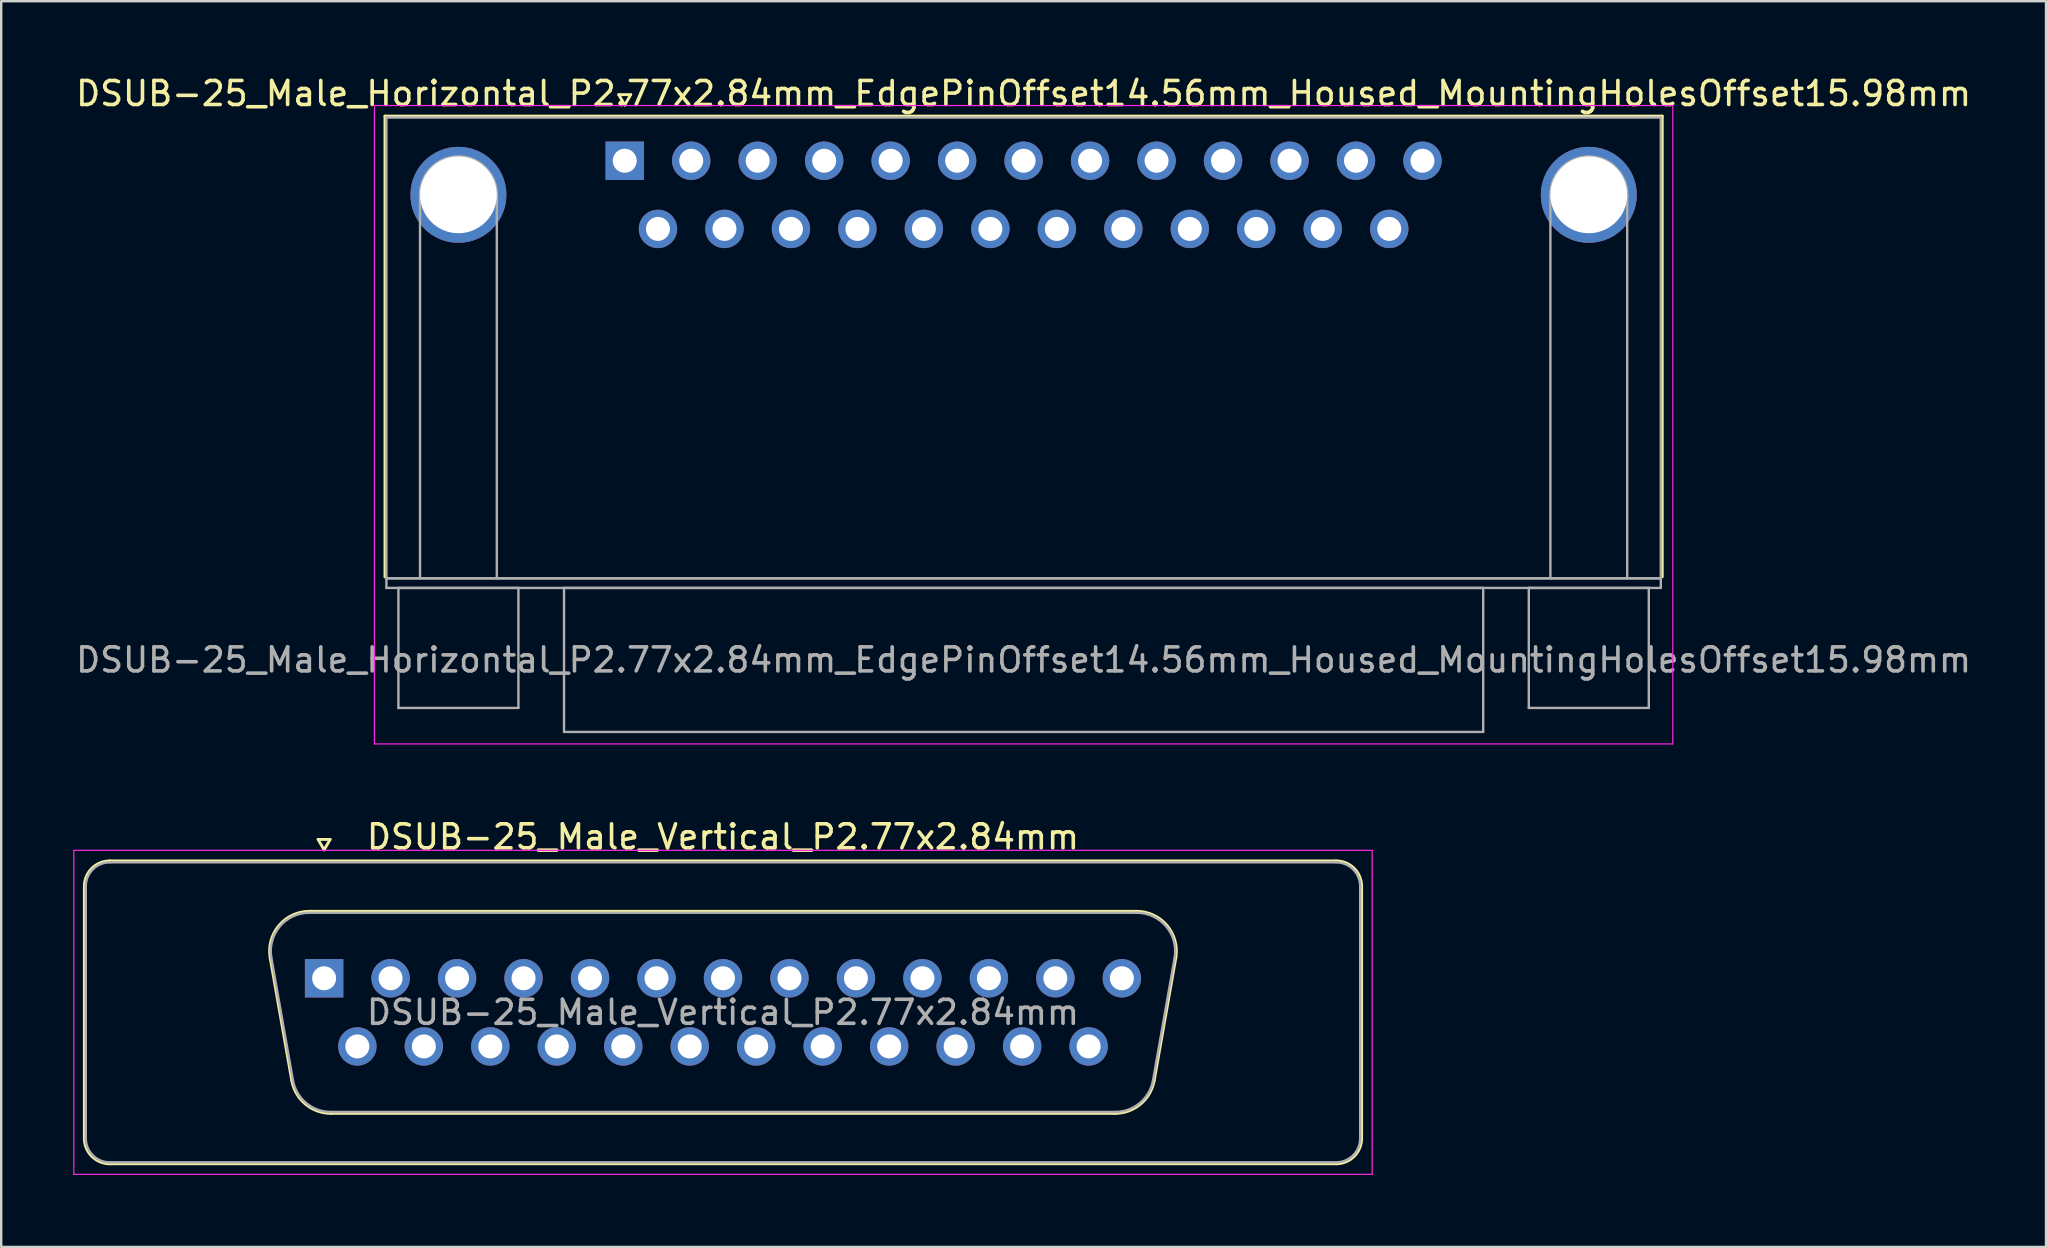
<source format=kicad_pcb>
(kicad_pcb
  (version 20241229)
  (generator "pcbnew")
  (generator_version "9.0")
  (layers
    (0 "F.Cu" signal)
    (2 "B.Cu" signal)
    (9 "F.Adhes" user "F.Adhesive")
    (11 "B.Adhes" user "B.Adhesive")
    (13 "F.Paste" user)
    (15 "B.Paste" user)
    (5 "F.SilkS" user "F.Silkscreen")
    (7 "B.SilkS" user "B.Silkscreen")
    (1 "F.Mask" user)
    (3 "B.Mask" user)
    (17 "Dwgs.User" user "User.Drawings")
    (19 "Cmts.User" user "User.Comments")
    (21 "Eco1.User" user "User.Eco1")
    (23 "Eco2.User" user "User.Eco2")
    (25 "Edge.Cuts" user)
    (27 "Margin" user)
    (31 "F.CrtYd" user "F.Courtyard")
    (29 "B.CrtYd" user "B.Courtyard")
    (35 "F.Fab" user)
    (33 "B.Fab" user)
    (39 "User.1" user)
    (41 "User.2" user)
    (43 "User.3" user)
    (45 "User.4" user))
  (footprint "DSUB-25_Male_Vertical_P2.77x2.84mm"
    (layer "F.Cu")
    (at 10.455 37.712)
    (property "Reference" "DSUB-25_Male_Vertical_P2.77x2.84mm" (at 16.62 -5.89 0) (layer "F.SilkS") (effects (font (size 1 1) (thickness 0.15))))
    (attr through_hole)
    (fp_line (start -9.99 6.67) (end -9.99 -3.83) (stroke (width 0.12) (type solid)) (layer "F.SilkS"))
    (fp_line (start -8.93 -4.89) (end 42.17 -4.89) (stroke (width 0.12) (type solid)) (layer "F.SilkS"))
    (fp_line (start -2.246 -0.842) (end -1.347 4.258) (stroke (width 0.12) (type solid)) (layer "F.SilkS"))
    (fp_line (start -0.612 -2.79) (end 33.852 -2.79) (stroke (width 0.12) (type solid)) (layer "F.SilkS"))
    (fp_line (start -0.25 -5.784) (end 0.25 -5.784) (stroke (width 0.12) (type solid)) (layer "F.SilkS"))
    (fp_line (start 0 -5.351) (end -0.25 -5.784) (stroke (width 0.12) (type solid)) (layer "F.SilkS"))
    (fp_line (start 0.25 -5.784) (end 0 -5.351) (stroke (width 0.12) (type solid)) (layer "F.SilkS"))
    (fp_line (start 0.288 5.63) (end 32.952 5.63) (stroke (width 0.12) (type solid)) (layer "F.SilkS"))
    (fp_line (start 35.486 -0.842) (end 34.587 4.258) (stroke (width 0.12) (type solid)) (layer "F.SilkS"))
    (fp_line (start 42.17 7.73) (end -8.93 7.73) (stroke (width 0.12) (type solid)) (layer "F.SilkS"))
    (fp_line (start 43.23 -3.83) (end 43.23 6.67) (stroke (width 0.12) (type solid)) (layer "F.SilkS"))
    (fp_arc (start -9.99 -3.83) (mid -9.679533 -4.579533) (end -8.93 -4.89) (stroke (width 0.12) (type solid)) (layer "F.SilkS"))
    (fp_arc (start -8.93 7.73) (mid -9.679533 7.419533) (end -9.99 6.67) (stroke (width 0.12) (type solid)) (layer "F.SilkS"))
    (fp_arc (start -2.24647 -0.841744) (mid -1.883323 -2.197027) (end -0.611689 -2.79) (stroke (width 0.12) (type solid)) (layer "F.SilkS"))
    (fp_arc (start 0.287579 5.63) (mid -0.779449 5.241634) (end -1.347202 4.258256) (stroke (width 0.12) (type solid)) (layer "F.SilkS"))
    (fp_arc (start 33.851689 -2.79) (mid 35.123323 -2.197027) (end 35.48647 -0.841744) (stroke (width 0.12) (type solid)) (layer "F.SilkS"))
    (fp_arc (start 34.587202 4.258256) (mid 34.019449 5.241634) (end 32.952421 5.63) (stroke (width 0.12) (type solid)) (layer "F.SilkS"))
    (fp_arc (start 42.17 -4.89) (mid 42.919533 -4.579533) (end 43.23 -3.83) (stroke (width 0.12) (type solid)) (layer "F.SilkS"))
    (fp_arc (start 43.23 6.67) (mid 42.919533 7.419533) (end 42.17 7.73) (stroke (width 0.12) (type solid)) (layer "F.SilkS"))
    (fp_line (start -10.43 -5.33) (end -10.43 8.17) (stroke (width 0.05) (type solid)) (layer "F.CrtYd"))
    (fp_line (start -10.43 8.17) (end 43.67 8.17) (stroke (width 0.05) (type solid)) (layer "F.CrtYd"))
    (fp_line (start 43.67 -5.33) (end -10.43 -5.33) (stroke (width 0.05) (type solid)) (layer "F.CrtYd"))
    (fp_line (start 43.67 8.17) (end 43.67 -5.33) (stroke (width 0.05) (type solid)) (layer "F.CrtYd"))
    (fp_line (start -9.93 6.67) (end -9.93 -3.83) (stroke (width 0.1) (type solid)) (layer "F.Fab"))
    (fp_line (start -8.93 -4.83) (end 42.17 -4.83) (stroke (width 0.1) (type solid)) (layer "F.Fab"))
    (fp_line (start -2.199 -0.852) (end -1.3 4.248) (stroke (width 0.1) (type solid)) (layer "F.Fab"))
    (fp_line (start -0.623 -2.73) (end 33.863 -2.73) (stroke (width 0.1) (type solid)) (layer "F.Fab"))
    (fp_line (start 0.276 5.57) (end 32.964 5.57) (stroke (width 0.1) (type solid)) (layer "F.Fab"))
    (fp_line (start 35.439 -0.852) (end 34.54 4.248) (stroke (width 0.1) (type solid)) (layer "F.Fab"))
    (fp_line (start 42.17 7.67) (end -8.93 7.67) (stroke (width 0.1) (type solid)) (layer "F.Fab"))
    (fp_line (start 43.17 -3.83) (end 43.17 6.67) (stroke (width 0.1) (type solid)) (layer "F.Fab"))
    (fp_arc (start -9.93 -3.83) (mid -9.637107 -4.537107) (end -8.93 -4.83) (stroke (width 0.1) (type solid)) (layer "F.Fab"))
    (fp_arc (start -8.93 7.67) (mid -9.637107 7.377107) (end -9.93 6.67) (stroke (width 0.1) (type solid)) (layer "F.Fab"))
    (fp_arc (start -2.198887 -0.852163) (mid -1.848865 -2.15846) (end -0.623194 -2.73) (stroke (width 0.1) (type solid)) (layer "F.Fab"))
    (fp_arc (start 0.276073 5.57) (mid -0.752387 5.195671) (end -1.299619 4.247837) (stroke (width 0.1) (type solid)) (layer "F.Fab"))
    (fp_arc (start 33.863194 -2.73) (mid 35.088865 -2.15846) (end 35.438887 -0.852163) (stroke (width 0.1) (type solid)) (layer "F.Fab"))
    (fp_arc (start 34.539619 4.247837) (mid 33.992387 5.195671) (end 32.963927 5.57) (stroke (width 0.1) (type solid)) (layer "F.Fab"))
    (fp_arc (start 42.17 -4.83) (mid 42.877107 -4.537107) (end 43.17 -3.83) (stroke (width 0.1) (type solid)) (layer "F.Fab"))
    (fp_arc (start 43.17 6.67) (mid 42.877107 7.377107) (end 42.17 7.67) (stroke (width 0.1) (type solid)) (layer "F.Fab"))
    (fp_text user "${REFERENCE}" (at 16.62 1.42 0) (layer "F.Fab") (effects (font (size 1 1) (thickness 0.15))))
    (pad "1" thru_hole rect (at 0 0) (size 1.6 1.6) (drill 1) (layers "*.Cu" "*.Mask"))
    (pad "2" thru_hole circle (at 2.77 0) (size 1.6 1.6) (drill 1) (layers "*.Cu" "*.Mask"))
    (pad "3" thru_hole circle (at 5.54 0) (size 1.6 1.6) (drill 1) (layers "*.Cu" "*.Mask"))
    (pad "4" thru_hole circle (at 8.31 0) (size 1.6 1.6) (drill 1) (layers "*.Cu" "*.Mask"))
    (pad "5" thru_hole circle (at 11.08 0) (size 1.6 1.6) (drill 1) (layers "*.Cu" "*.Mask"))
    (pad "6" thru_hole circle (at 13.85 0) (size 1.6 1.6) (drill 1) (layers "*.Cu" "*.Mask"))
    (pad "7" thru_hole circle (at 16.62 0) (size 1.6 1.6) (drill 1) (layers "*.Cu" "*.Mask"))
    (pad "8" thru_hole circle (at 19.39 0) (size 1.6 1.6) (drill 1) (layers "*.Cu" "*.Mask"))
    (pad "9" thru_hole circle (at 22.16 0) (size 1.6 1.6) (drill 1) (layers "*.Cu" "*.Mask"))
    (pad "10" thru_hole circle (at 24.93 0) (size 1.6 1.6) (drill 1) (layers "*.Cu" "*.Mask"))
    (pad "11" thru_hole circle (at 27.7 0) (size 1.6 1.6) (drill 1) (layers "*.Cu" "*.Mask"))
    (pad "12" thru_hole circle (at 30.47 0) (size 1.6 1.6) (drill 1) (layers "*.Cu" "*.Mask"))
    (pad "13" thru_hole circle (at 33.24 0) (size 1.6 1.6) (drill 1) (layers "*.Cu" "*.Mask"))
    (pad "14" thru_hole circle (at 1.385 2.84) (size 1.6 1.6) (drill 1) (layers "*.Cu" "*.Mask"))
    (pad "15" thru_hole circle (at 4.155 2.84) (size 1.6 1.6) (drill 1) (layers "*.Cu" "*.Mask"))
    (pad "16" thru_hole circle (at 6.925 2.84) (size 1.6 1.6) (drill 1) (layers "*.Cu" "*.Mask"))
    (pad "17" thru_hole circle (at 9.695 2.84) (size 1.6 1.6) (drill 1) (layers "*.Cu" "*.Mask"))
    (pad "18" thru_hole circle (at 12.465 2.84) (size 1.6 1.6) (drill 1) (layers "*.Cu" "*.Mask"))
    (pad "19" thru_hole circle (at 15.235 2.84) (size 1.6 1.6) (drill 1) (layers "*.Cu" "*.Mask"))
    (pad "20" thru_hole circle (at 18.005 2.84) (size 1.6 1.6) (drill 1) (layers "*.Cu" "*.Mask"))
    (pad "21" thru_hole circle (at 20.775 2.84) (size 1.6 1.6) (drill 1) (layers "*.Cu" "*.Mask"))
    (pad "22" thru_hole circle (at 23.545 2.84) (size 1.6 1.6) (drill 1) (layers "*.Cu" "*.Mask"))
    (pad "23" thru_hole circle (at 26.315 2.84) (size 1.6 1.6) (drill 1) (layers "*.Cu" "*.Mask"))
    (pad "24" thru_hole circle (at 29.085 2.84) (size 1.6 1.6) (drill 1) (layers "*.Cu" "*.Mask"))
    (pad "25" thru_hole circle (at 31.855 2.84) (size 1.6 1.6) (drill 1) (layers "*.Cu" "*.Mask")))
  (footprint "DSUB-25_Male_Horizontal_P2.77x2.84mm_EdgePinOffset14.56mm_Housed_MountingHolesOffset15.98mm"
    (layer "F.Cu")
    (at 22.981 3.648)
    (property "Reference" "DSUB-25_Male_Horizontal_P2.77x2.84mm_EdgePinOffset14.56mm_Housed_MountingHolesOffset15.98mm" (at 16.62 -2.8 0) (layer "F.SilkS") (effects (font (size 1 1) (thickness 0.15))))
    (attr through_hole)
    (fp_line (start -9.99 -1.86) (end 43.23 -1.86) (stroke (width 0.12) (type solid)) (layer "F.SilkS"))
    (fp_line (start -9.99 17.34) (end -9.99 -1.86) (stroke (width 0.12) (type solid)) (layer "F.SilkS"))
    (fp_line (start -0.25 -2.754) (end 0.25 -2.754) (stroke (width 0.12) (type solid)) (layer "F.SilkS"))
    (fp_line (start 0 -2.321) (end -0.25 -2.754) (stroke (width 0.12) (type solid)) (layer "F.SilkS"))
    (fp_line (start 0.25 -2.754) (end 0 -2.321) (stroke (width 0.12) (type solid)) (layer "F.SilkS"))
    (fp_line (start 43.23 -1.86) (end 43.23 17.34) (stroke (width 0.12) (type solid)) (layer "F.SilkS"))
    (fp_line (start -10.43 -2.3) (end -10.43 24.3) (stroke (width 0.05) (type solid)) (layer "F.CrtYd"))
    (fp_line (start -10.43 24.3) (end 43.67 24.3) (stroke (width 0.05) (type solid)) (layer "F.CrtYd"))
    (fp_line (start 43.67 -2.3) (end -10.43 -2.3) (stroke (width 0.05) (type solid)) (layer "F.CrtYd"))
    (fp_line (start 43.67 24.3) (end 43.67 -2.3) (stroke (width 0.05) (type solid)) (layer "F.CrtYd"))
    (fp_line (start -9.93 -1.8) (end -9.93 17.4) (stroke (width 0.1) (type solid)) (layer "F.Fab"))
    (fp_line (start -9.93 17.4) (end -9.93 17.8) (stroke (width 0.1) (type solid)) (layer "F.Fab"))
    (fp_line (start -9.93 17.4) (end 43.17 17.4) (stroke (width 0.1) (type solid)) (layer "F.Fab"))
    (fp_line (start -9.93 17.8) (end 43.17 17.8) (stroke (width 0.1) (type solid)) (layer "F.Fab"))
    (fp_line (start -9.43 17.8) (end -9.43 22.8) (stroke (width 0.1) (type solid)) (layer "F.Fab"))
    (fp_line (start -9.43 22.8) (end -4.43 22.8) (stroke (width 0.1) (type solid)) (layer "F.Fab"))
    (fp_line (start -8.53 17.4) (end -8.53 1.42) (stroke (width 0.1) (type solid)) (layer "F.Fab"))
    (fp_line (start -5.33 17.4) (end -5.33 1.42) (stroke (width 0.1) (type solid)) (layer "F.Fab"))
    (fp_line (start -4.43 17.8) (end -9.43 17.8) (stroke (width 0.1) (type solid)) (layer "F.Fab"))
    (fp_line (start -4.43 22.8) (end -4.43 17.8) (stroke (width 0.1) (type solid)) (layer "F.Fab"))
    (fp_line (start -2.53 17.8) (end -2.53 23.8) (stroke (width 0.1) (type solid)) (layer "F.Fab"))
    (fp_line (start -2.53 23.8) (end 35.77 23.8) (stroke (width 0.1) (type solid)) (layer "F.Fab"))
    (fp_line (start 35.77 17.8) (end -2.53 17.8) (stroke (width 0.1) (type solid)) (layer "F.Fab"))
    (fp_line (start 35.77 23.8) (end 35.77 17.8) (stroke (width 0.1) (type solid)) (layer "F.Fab"))
    (fp_line (start 37.67 17.8) (end 37.67 22.8) (stroke (width 0.1) (type solid)) (layer "F.Fab"))
    (fp_line (start 37.67 22.8) (end 42.67 22.8) (stroke (width 0.1) (type solid)) (layer "F.Fab"))
    (fp_line (start 38.57 17.4) (end 38.57 1.42) (stroke (width 0.1) (type solid)) (layer "F.Fab"))
    (fp_line (start 41.77 17.4) (end 41.77 1.42) (stroke (width 0.1) (type solid)) (layer "F.Fab"))
    (fp_line (start 42.67 17.8) (end 37.67 17.8) (stroke (width 0.1) (type solid)) (layer "F.Fab"))
    (fp_line (start 42.67 22.8) (end 42.67 17.8) (stroke (width 0.1) (type solid)) (layer "F.Fab"))
    (fp_line (start 43.17 -1.8) (end -9.93 -1.8) (stroke (width 0.1) (type solid)) (layer "F.Fab"))
    (fp_line (start 43.17 17.4) (end -9.93 17.4) (stroke (width 0.1) (type solid)) (layer "F.Fab"))
    (fp_line (start 43.17 17.4) (end 43.17 -1.8) (stroke (width 0.1) (type solid)) (layer "F.Fab"))
    (fp_line (start 43.17 17.8) (end 43.17 17.4) (stroke (width 0.1) (type solid)) (layer "F.Fab"))
    (fp_arc (start -8.53 1.42) (mid -6.93 -0.18) (end -5.33 1.42) (stroke (width 0.1) (type solid)) (layer "F.Fab"))
    (fp_arc (start 38.57 1.42) (mid 40.17 -0.18) (end 41.77 1.42) (stroke (width 0.1) (type solid)) (layer "F.Fab"))
    (fp_text user "${REFERENCE}" (at 16.62 20.8 0) (layer "F.Fab") (effects (font (size 1 1) (thickness 0.15))))
    (pad "0" thru_hole circle (at -6.93 1.42) (size 4 4) (drill 3.2) (layers "*.Cu" "*.Mask"))
    (pad "0" thru_hole circle (at 40.17 1.42) (size 4 4) (drill 3.2) (layers "*.Cu" "*.Mask"))
    (pad "1" thru_hole rect (at 0 0) (size 1.6 1.6) (drill 1) (layers "*.Cu" "*.Mask"))
    (pad "2" thru_hole circle (at 2.77 0) (size 1.6 1.6) (drill 1) (layers "*.Cu" "*.Mask"))
    (pad "3" thru_hole circle (at 5.54 0) (size 1.6 1.6) (drill 1) (layers "*.Cu" "*.Mask"))
    (pad "4" thru_hole circle (at 8.31 0) (size 1.6 1.6) (drill 1) (layers "*.Cu" "*.Mask"))
    (pad "5" thru_hole circle (at 11.08 0) (size 1.6 1.6) (drill 1) (layers "*.Cu" "*.Mask"))
    (pad "6" thru_hole circle (at 13.85 0) (size 1.6 1.6) (drill 1) (layers "*.Cu" "*.Mask"))
    (pad "7" thru_hole circle (at 16.62 0) (size 1.6 1.6) (drill 1) (layers "*.Cu" "*.Mask"))
    (pad "8" thru_hole circle (at 19.39 0) (size 1.6 1.6) (drill 1) (layers "*.Cu" "*.Mask"))
    (pad "9" thru_hole circle (at 22.16 0) (size 1.6 1.6) (drill 1) (layers "*.Cu" "*.Mask"))
    (pad "10" thru_hole circle (at 24.93 0) (size 1.6 1.6) (drill 1) (layers "*.Cu" "*.Mask"))
    (pad "11" thru_hole circle (at 27.7 0) (size 1.6 1.6) (drill 1) (layers "*.Cu" "*.Mask"))
    (pad "12" thru_hole circle (at 30.47 0) (size 1.6 1.6) (drill 1) (layers "*.Cu" "*.Mask"))
    (pad "13" thru_hole circle (at 33.24 0) (size 1.6 1.6) (drill 1) (layers "*.Cu" "*.Mask"))
    (pad "14" thru_hole circle (at 1.385 2.84) (size 1.6 1.6) (drill 1) (layers "*.Cu" "*.Mask"))
    (pad "15" thru_hole circle (at 4.155 2.84) (size 1.6 1.6) (drill 1) (layers "*.Cu" "*.Mask"))
    (pad "16" thru_hole circle (at 6.925 2.84) (size 1.6 1.6) (drill 1) (layers "*.Cu" "*.Mask"))
    (pad "17" thru_hole circle (at 9.695 2.84) (size 1.6 1.6) (drill 1) (layers "*.Cu" "*.Mask"))
    (pad "18" thru_hole circle (at 12.465 2.84) (size 1.6 1.6) (drill 1) (layers "*.Cu" "*.Mask"))
    (pad "19" thru_hole circle (at 15.235 2.84) (size 1.6 1.6) (drill 1) (layers "*.Cu" "*.Mask"))
    (pad "20" thru_hole circle (at 18.005 2.84) (size 1.6 1.6) (drill 1) (layers "*.Cu" "*.Mask"))
    (pad "21" thru_hole circle (at 20.775 2.84) (size 1.6 1.6) (drill 1) (layers "*.Cu" "*.Mask"))
    (pad "22" thru_hole circle (at 23.545 2.84) (size 1.6 1.6) (drill 1) (layers "*.Cu" "*.Mask"))
    (pad "23" thru_hole circle (at 26.315 2.84) (size 1.6 1.6) (drill 1) (layers "*.Cu" "*.Mask"))
    (pad "24" thru_hole circle (at 29.085 2.84) (size 1.6 1.6) (drill 1) (layers "*.Cu" "*.Mask"))
    (pad "25" thru_hole circle (at 31.855 2.84) (size 1.6 1.6) (drill 1) (layers "*.Cu" "*.Mask")))
  (gr_rect
    (start -3 -3)
    (end 82.202 48.907)
    (stroke (width 0.1) (type default))
    (fill no)
    (layer "Edge.Cuts")))
</source>
